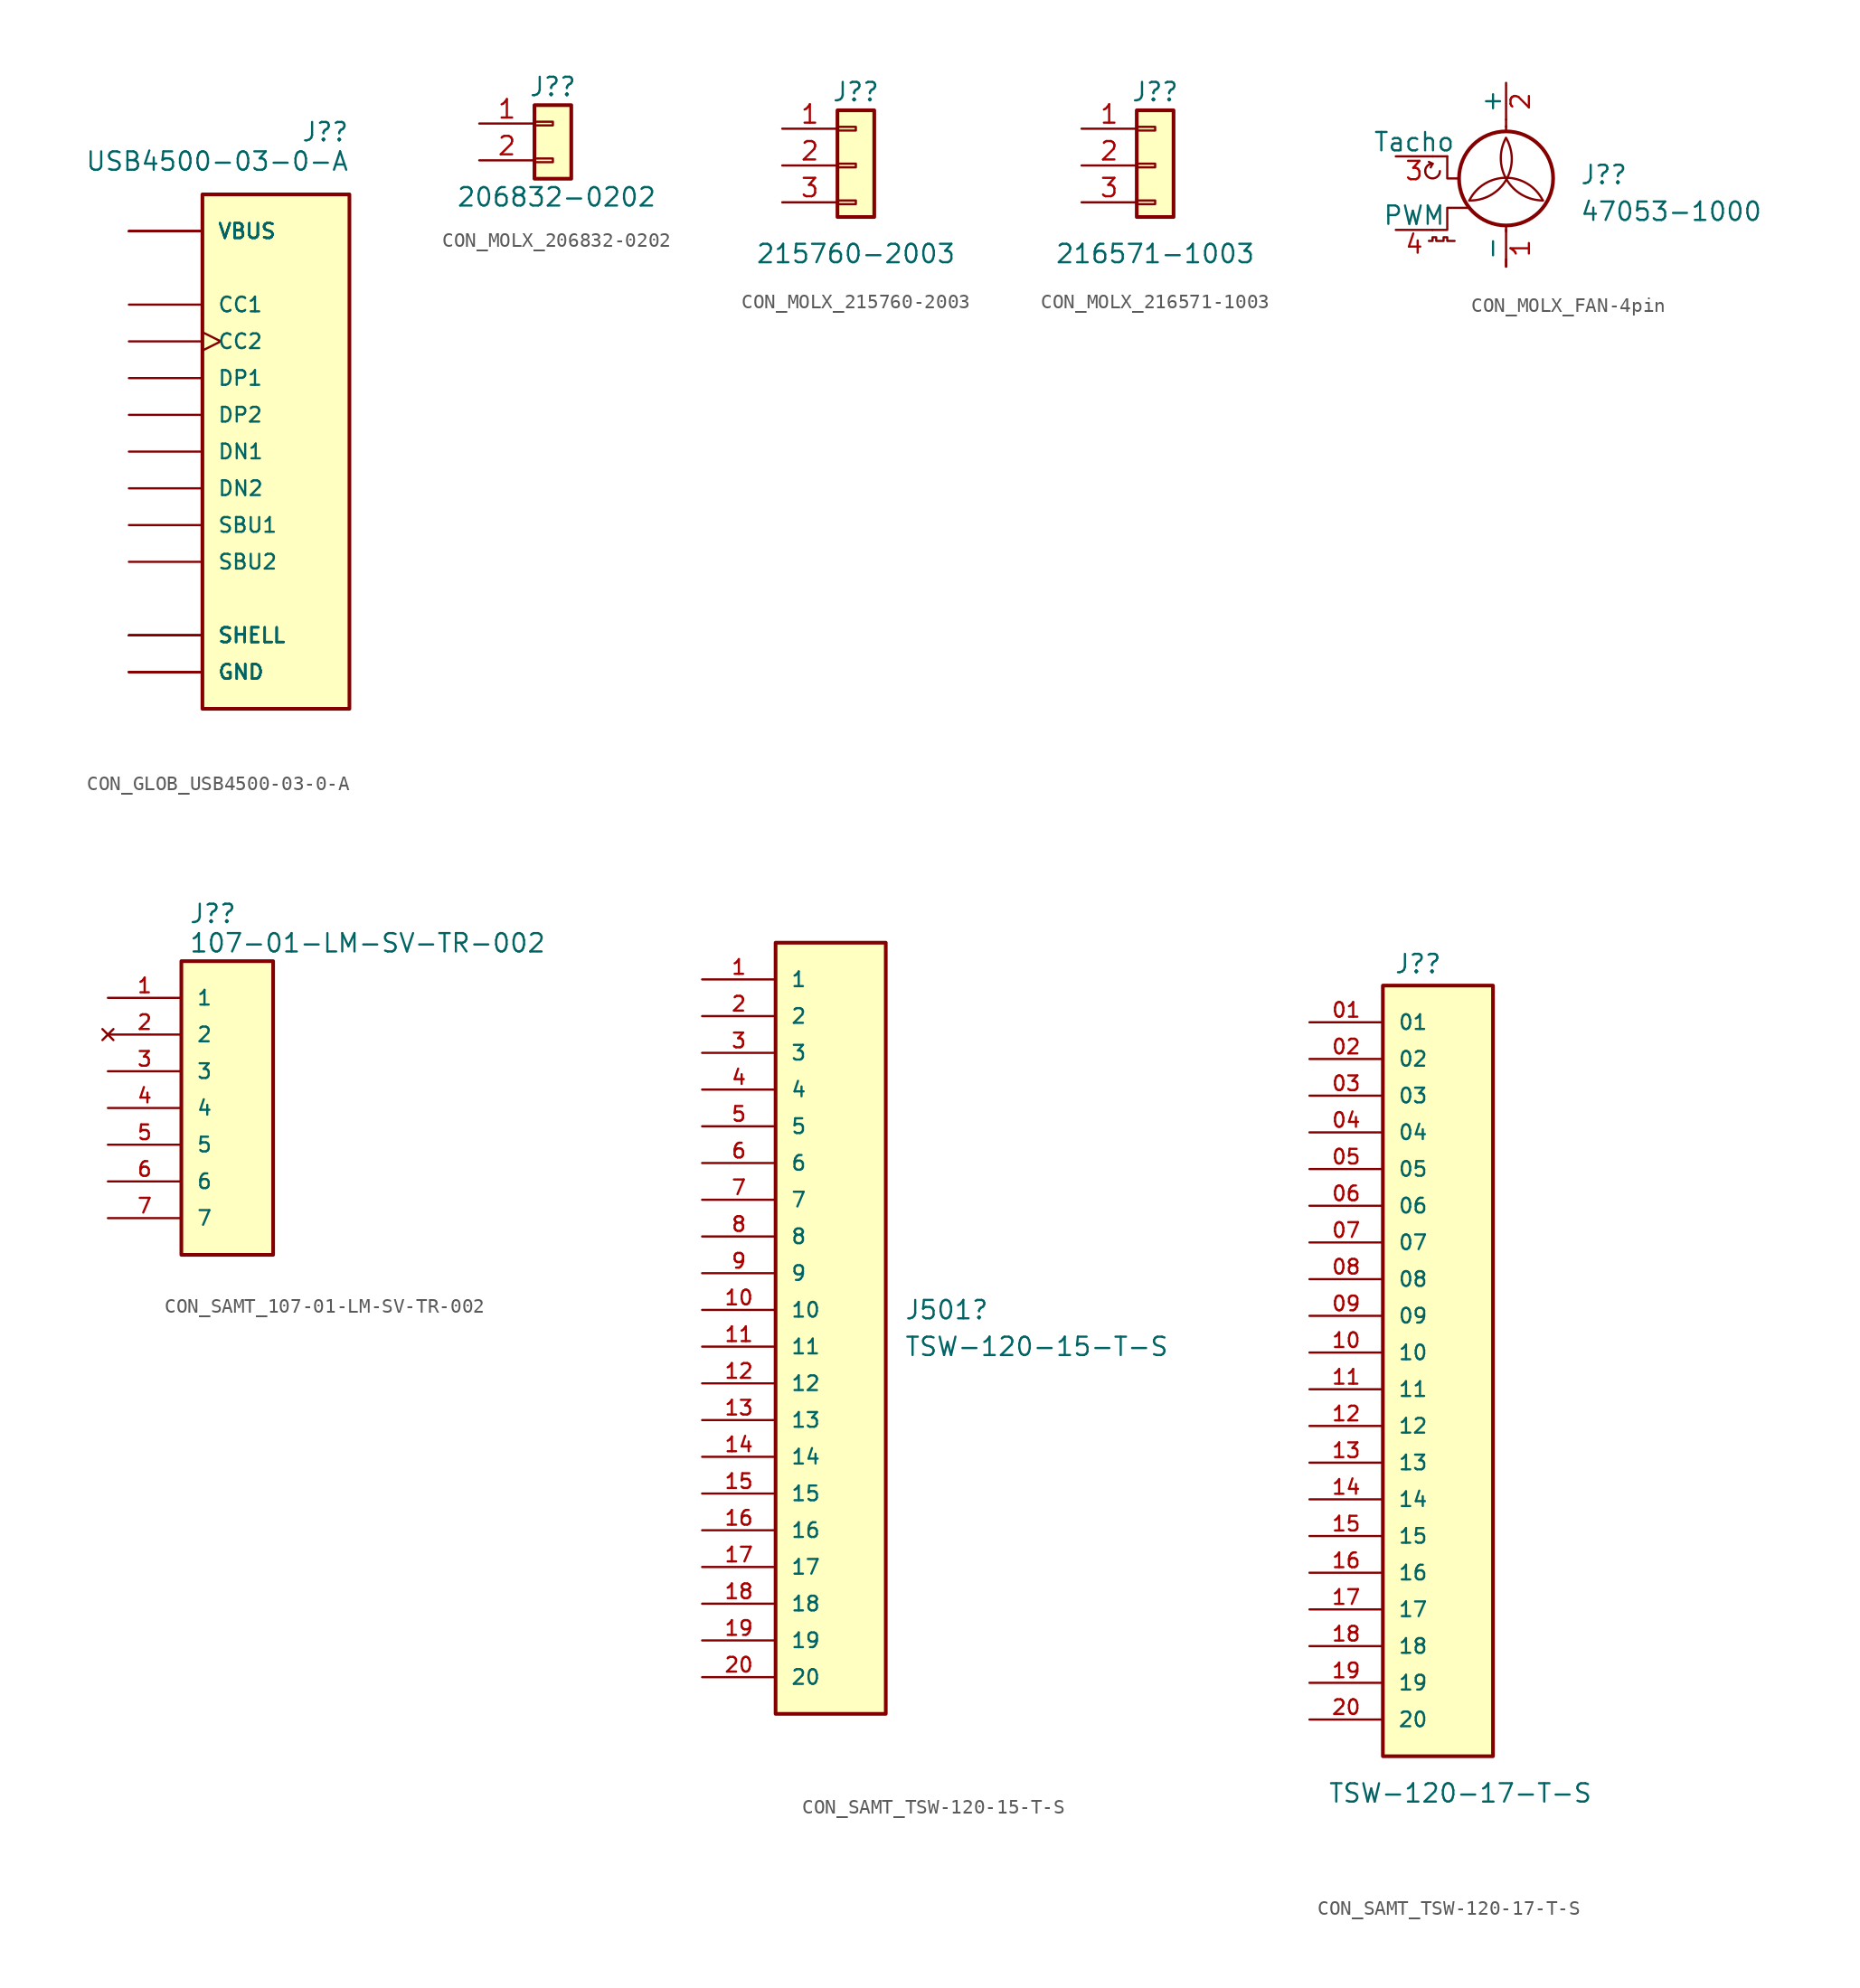
<source format=kicad_sym>
(kicad_symbol_lib
  (version 20231120)
  (generator "kicad_symbol_editor")
  (generator_version "8.0")
  (symbol "CON_GLOB_USB4500-03-0-A"
    (pin_numbers hide)
    (pin_names
      (offset 1.016))
    (property "Reference" "J?"
      (at 5.08 22.098 0)
      (effects (font (size 1.27 1.27)) (justify right)))
    (property "Value" "USB4500-03-0-A"
      (at 5.08 20.066 0)
      (effects (font (size 1.27 1.27)) (justify right)))
    (symbol "CON_GLOB_USB4500-03-0-A_0_0"
      (rectangle (start -5.08 17.78) (end 5.08 -17.78) (stroke (width 0.254) (type default)) (fill (type background)))
      (pin passive line (at -10.16 -15.24 0) (length 5.08) (name "GND" (effects (font (size 1.016 1.016)))) (number "A1" (effects (font (size 1.016 1.016)))))
      (pin passive line (at -10.16 -15.24 0) (length 5.08) (name "GND" (effects (font (size 1.016 1.016)))) (number "A12" (effects (font (size 1.016 1.016)))))
      (pin power_in line (at -10.16 15.24 0) (length 5.08) (name "VBUS" (effects (font (size 1.016 1.016)))) (number "A4" (effects (font (size 1.016 1.016)))))
      (pin bidirectional line (at -10.16 10.16 0) (length 5.08) (name "CC1" (effects (font (size 1.016 1.016)))) (number "A5" (effects (font (size 1.016 1.016)))))
      (pin bidirectional line (at -10.16 5.08 0) (length 5.08) (name "DP1" (effects (font (size 1.016 1.016)))) (number "A6" (effects (font (size 1.016 1.016)))))
      (pin bidirectional line (at -10.16 0 0) (length 5.08) (name "DN1" (effects (font (size 1.016 1.016)))) (number "A7" (effects (font (size 1.016 1.016)))))
      (pin bidirectional line (at -10.16 -5.08 0) (length 5.08) (name "SBU1" (effects (font (size 1.016 1.016)))) (number "A8" (effects (font (size 1.016 1.016)))))
      (pin power_in line (at -10.16 15.24 0) (length 5.08) (name "VBUS" (effects (font (size 1.016 1.016)))) (number "A9" (effects (font (size 1.016 1.016)))))
      (pin passive line (at -10.16 -15.24 0) (length 5.08) (name "GND" (effects (font (size 1.016 1.016)))) (number "B1" (effects (font (size 1.016 1.016)))))
      (pin passive line (at -10.16 -15.24 0) (length 5.08) (name "GND" (effects (font (size 1.016 1.016)))) (number "B12" (effects (font (size 1.016 1.016)))))
      (pin power_in line (at -10.16 15.24 0) (length 5.08) (name "VBUS" (effects (font (size 1.016 1.016)))) (number "B4" (effects (font (size 1.016 1.016)))))
      (pin bidirectional clock (at -10.16 7.62 0) (length 5.08) (name "CC2" (effects (font (size 1.016 1.016)))) (number "B5" (effects (font (size 1.016 1.016)))))
      (pin bidirectional line (at -10.16 2.54 0) (length 5.08) (name "DP2" (effects (font (size 1.016 1.016)))) (number "B6" (effects (font (size 1.016 1.016)))))
      (pin bidirectional line (at -10.16 -2.54 0) (length 5.08) (name "DN2" (effects (font (size 1.016 1.016)))) (number "B7" (effects (font (size 1.016 1.016)))))
      (pin bidirectional line (at -10.16 -7.62 0) (length 5.08) (name "SBU2" (effects (font (size 1.016 1.016)))) (number "B8" (effects (font (size 1.016 1.016)))))
      (pin power_in line (at -10.16 15.24 0) (length 5.08) (name "VBUS" (effects (font (size 1.016 1.016)))) (number "B9" (effects (font (size 1.016 1.016)))))
      (pin passive line (at -10.16 -12.7 0) (length 5.08) (name "SHELL" (effects (font (size 1.016 1.016)))) (number "S1" (effects (font (size 1.016 1.016)))))
      (pin passive line (at -10.16 -12.7 0) (length 5.08) (name "SHELL" (effects (font (size 1.016 1.016)))) (number "S1" (effects (font (size 1.016 1.016)))))
      (pin passive line (at -10.16 -12.7 0) (length 5.08) (name "SHELL" (effects (font (size 1.016 1.016)))) (number "S1" (effects (font (size 1.016 1.016)))))
      (pin passive line (at -10.16 -12.7 0) (length 5.08) (name "SHELL" (effects (font (size 1.016 1.016)))) (number "S1" (effects (font (size 1.016 1.016)))))))
  (symbol "CON_MOLX_206832-0202"
    (pin_names
      (offset 1.016) hide)
    (property "Reference" "J?"
      (at 0 3.81 0)
      (effects (font (size 1.27 1.27))))
    (property "Value" "206832-0202"
      (at 0.254 -3.81 0)
      (effects (font (size 1.27 1.27))))
    (symbol "CON_MOLX_206832-0202_1_1"
      (rectangle (start -1.27 -1.143) (end 0 -1.397) (stroke (width 0.152) (type default)) (fill (type none)))
      (rectangle (start -1.27 1.143) (end 0 1.397) (stroke (width 0.152) (type default)) (fill (type none)))
      (rectangle (start -1.27 2.54) (end 1.27 -2.54) (stroke (width 0.254) (type default)) (fill (type background)))
      (pin passive line (at -5.08 1.27 0) (length 3.81) (name "Pin_1" (effects (font (size 1.27 1.27)))) (number "1" (effects (font (size 1.27 1.27)))))
      (pin passive line (at -5.08 -1.27 0) (length 3.81) (name "Pin_2" (effects (font (size 1.27 1.27)))) (number "2" (effects (font (size 1.27 1.27)))))))
  (symbol "CON_MOLX_215760-2003"
    (pin_names
      (offset 1.016) hide)
    (property "Reference" "J?"
      (at 0 3.81 0)
      (effects (font (size 1.27 1.27))))
    (property "Value" "215760-2003"
      (at 0 -7.366 0)
      (effects (font (size 1.27 1.27))))
    (symbol "CON_MOLX_215760-2003_1_1"
      (rectangle (start -1.27 -3.683) (end 0 -3.937) (stroke (width 0.152) (type default)) (fill (type none)))
      (rectangle (start -1.27 -1.143) (end 0 -1.397) (stroke (width 0.152) (type default)) (fill (type none)))
      (rectangle (start -1.27 1.397) (end 0 1.143) (stroke (width 0.152) (type default)) (fill (type none)))
      (rectangle (start -1.27 2.54) (end 1.27 -4.826) (stroke (width 0.254) (type default)) (fill (type background)))
      (pin passive line (at -5.08 1.27 0) (length 3.81) (name "Pin_1" (effects (font (size 1.27 1.27)))) (number "1" (effects (font (size 1.27 1.27)))))
      (pin passive line (at -5.08 -1.27 0) (length 3.81) (name "Pin_2" (effects (font (size 1.27 1.27)))) (number "2" (effects (font (size 1.27 1.27)))))
      (pin passive line (at -5.08 -3.81 0) (length 3.81) (name "Pin_3" (effects (font (size 1.27 1.27)))) (number "3" (effects (font (size 1.27 1.27)))))))
  (symbol "CON_MOLX_216571-1003"
    (pin_names
      (offset 1.016) hide)
    (property "Reference" "J?"
      (at 0 3.81 0)
      (effects (font (size 1.27 1.27))))
    (property "Value" "216571-1003"
      (at 0 -7.366 0)
      (effects (font (size 1.27 1.27))))
    (symbol "CON_MOLX_216571-1003_1_1"
      (rectangle (start -1.27 -3.683) (end 0 -3.937) (stroke (width 0.152) (type default)) (fill (type none)))
      (rectangle (start -1.27 -1.143) (end 0 -1.397) (stroke (width 0.152) (type default)) (fill (type none)))
      (rectangle (start -1.27 1.397) (end 0 1.143) (stroke (width 0.152) (type default)) (fill (type none)))
      (rectangle (start -1.27 2.54) (end 1.27 -4.826) (stroke (width 0.254) (type default)) (fill (type background)))
      (pin passive line (at -5.08 1.27 0) (length 3.81) (name "Pin_1" (effects (font (size 1.27 1.27)))) (number "1" (effects (font (size 1.27 1.27)))))
      (pin passive line (at -5.08 -1.27 0) (length 3.81) (name "Pin_2" (effects (font (size 1.27 1.27)))) (number "2" (effects (font (size 1.27 1.27)))))
      (pin passive line (at -5.08 -3.81 0) (length 3.81) (name "Pin_3" (effects (font (size 1.27 1.27)))) (number "3" (effects (font (size 1.27 1.27)))))))
  (symbol "CON_MOLX_FAN-4pin"
    (pin_names
      (offset 0))
    (property "Reference" "J?"
      (at 5.08 1.27 0)
      (effects (font (size 1.27 1.27)) (justify left)))
    (property "Value" "47053-1000"
      (at 5.08 -1.27 0)
      (effects (font (size 1.27 1.27)) (justify left)))
    (symbol "CON_MOLX_FAN-4pin_0_0"
      (arc (start -5.588 1.524) (mid -5.08 1.0182) (end -4.572 1.524) (stroke (width 0) (type default)) (fill (type none)))
      (arc (start -5.08 2.032) (mid -5.4392 1.8832) (end -5.588 1.524) (stroke (width 0) (type default)) (fill (type none)))
      (polyline (pts (xy -5.08 2.032) (xy -5.334 2.159)) (stroke (width 0) (type default)) (fill (type none)))
      (polyline (pts (xy -5.08 2.032) (xy -5.207 1.778)) (stroke (width 0) (type default)) (fill (type none)))
      (polyline (pts (xy -4.064 2.54) (xy -4.064 1.016) (xy -3.302 1.016)) (stroke (width 0) (type default)) (fill (type none))))
    (symbol "CON_MOLX_FAN-4pin_0_1"
      (arc (start -2.54 -0.508) (mid 0.0028 0.9121) (end 0 3.81) (stroke (width 0) (type default)) (fill (type none)))
      (polyline (pts (xy -4.064 2.54) (xy -5.08 2.54)) (stroke (width 0) (type default)) (fill (type none)))
      (polyline (pts (xy 0 -5.08) (xy 0 -4.572)) (stroke (width 0) (type default)) (fill (type none)))
      (polyline (pts (xy 0 -2.235) (xy 0 -2.642)) (stroke (width 0) (type default)) (fill (type none)))
      (polyline (pts (xy 0 4.267) (xy 0 4.623)) (stroke (width 0) (type default)) (fill (type none)))
      (polyline (pts (xy 0 4.572) (xy 0 5.08)) (stroke (width 0) (type default)) (fill (type none)))
      (polyline (pts (xy -2.54 -1.016) (xy -4.064 -1.016) (xy -4.064 -2.54) (xy -5.08 -2.54)) (stroke (width 0) (type default)) (fill (type none)))
      (polyline (pts (xy -5.334 -3.302) (xy -5.08 -3.302) (xy -5.08 -3.048) (xy -4.826 -3.048) (xy -4.826 -3.302) (xy -4.318 -3.302) (xy -4.318 -3.048) (xy -4.064 -3.048) (xy -4.064 -3.302) (xy -3.556 -3.302)) (stroke (width 0) (type default)) (fill (type none)))
      (circle (center 0 1.016) (radius 3.251) (stroke (width 0.254) (type default)) (fill (type none)))
      (arc (start 0 3.81) (mid 0.053 0.921) (end 2.54 -0.508) (stroke (width 0) (type default)) (fill (type none)))
      (arc (start 2.54 -0.508) (mid 0 1.0618) (end -2.54 -0.508) (stroke (width 0) (type default)) (fill (type none))))
    (symbol "CON_MOLX_FAN-4pin_1_1"
      (pin passive line (at 0 -5.08 90) (length 2.54) (name "-" (effects (font (size 1.27 1.27)))) (number "1" (effects (font (size 1.27 1.27)))))
      (pin passive line (at 0 7.62 270) (length 2.54) (name "+" (effects (font (size 1.27 1.27)))) (number "2" (effects (font (size 1.27 1.27)))))
      (pin passive line (at -7.62 2.54 0) (length 2.54) (name "Tacho" (effects (font (size 1.27 1.27)))) (number "3" (effects (font (size 1.27 1.27)))))
      (pin input line (at -7.62 -2.54 0) (length 2.54) (name "PWM" (effects (font (size 1.27 1.27)))) (number "4" (effects (font (size 1.27 1.27)))))))
  (symbol "CON_SAMT_107-01-LM-SV-TR-002"
    (pin_names
      (offset 1.016))
    (property "Reference" "J?"
      (at -3.302 12.7 0)
      (effects (font (size 1.27 1.27)) (justify left bottom)))
    (property "Value" "107-01-LM-SV-TR-002"
      (at -3.302 10.668 0)
      (effects (font (size 1.27 1.27)) (justify left bottom)))
    (symbol "CON_SAMT_107-01-LM-SV-TR-002_0_0"
      (rectangle (start -3.81 -10.16) (end 2.54 10.16) (stroke (width 0.254) (type default)) (fill (type background))))
    (symbol "CON_SAMT_107-01-LM-SV-TR-002_1_0"
      (pin passive line (at -8.89 7.62 0) (length 5.08) (name "1" (effects (font (size 1.016 1.016)))) (number "1" (effects (font (size 1.016 1.016)))))
      (pin no_connect line (at -8.89 5.08 0) (length 5.08) (name "2" (effects (font (size 1.016 1.016)))) (number "2" (effects (font (size 1.016 1.016)))))
      (pin passive line (at -8.89 2.54 0) (length 5.08) (name "3" (effects (font (size 1.016 1.016)))) (number "3" (effects (font (size 1.016 1.016)))))
      (pin passive line (at -8.89 0 0) (length 5.08) (name "4" (effects (font (size 1.016 1.016)))) (number "4" (effects (font (size 1.016 1.016)))))
      (pin passive line (at -8.89 -2.54 0) (length 5.08) (name "5" (effects (font (size 1.016 1.016)))) (number "5" (effects (font (size 1.016 1.016)))))
      (pin passive line (at -8.89 -5.08 0) (length 5.08) (name "6" (effects (font (size 1.016 1.016)))) (number "6" (effects (font (size 1.016 1.016)))))
      (pin passive line (at -8.89 -7.62 0) (length 5.08) (name "7" (effects (font (size 1.016 1.016)))) (number "7" (effects (font (size 1.016 1.016)))))))
  (symbol "CON_SAMT_TSW-120-15-T-S"
    (pin_names
      (offset 1.016))
    (property "Reference" "J501"
      (at 5.08 -3.81 0)
      (effects (font (size 1.27 1.27)) (justify left)))
    (property "Value" "TSW-120-15-T-S"
      (at 5.08 -6.35 0)
      (effects (font (size 1.27 1.27)) (justify left)))
    (symbol "CON_SAMT_TSW-120-15-T-S_0_0"
      (rectangle (start -3.81 21.59) (end 3.81 -31.75) (stroke (width 0.254) (type solid)) (fill (type background)))
      (pin passive line (at -8.89 -3.81 0) (length 5.08) (name "10" (effects (font (size 1.016 1.016)))) (number "10" (effects (font (size 1.016 1.016)))))
      (pin passive line (at -8.89 -6.35 0) (length 5.08) (name "11" (effects (font (size 1.016 1.016)))) (number "11" (effects (font (size 1.016 1.016)))))
      (pin passive line (at -8.89 -8.89 0) (length 5.08) (name "12" (effects (font (size 1.016 1.016)))) (number "12" (effects (font (size 1.016 1.016)))))
      (pin passive line (at -8.89 16.51 0) (length 5.08) (name "2" (effects (font (size 1.016 1.016)))) (number "2" (effects (font (size 1.016 1.016)))))
      (pin passive line (at -8.89 13.97 0) (length 5.08) (name "3" (effects (font (size 1.016 1.016)))) (number "3" (effects (font (size 1.016 1.016)))))
      (pin passive line (at -8.89 11.43 0) (length 5.08) (name "4" (effects (font (size 1.016 1.016)))) (number "4" (effects (font (size 1.016 1.016)))))
      (pin passive line (at -8.89 8.89 0) (length 5.08) (name "5" (effects (font (size 1.016 1.016)))) (number "5" (effects (font (size 1.016 1.016)))))
      (pin passive line (at -8.89 6.35 0) (length 5.08) (name "6" (effects (font (size 1.016 1.016)))) (number "6" (effects (font (size 1.016 1.016)))))
      (pin passive line (at -8.89 3.81 0) (length 5.08) (name "7" (effects (font (size 1.016 1.016)))) (number "7" (effects (font (size 1.016 1.016)))))
      (pin passive line (at -8.89 1.27 0) (length 5.08) (name "8" (effects (font (size 1.016 1.016)))) (number "8" (effects (font (size 1.016 1.016)))))
      (pin passive line (at -8.89 -1.27 0) (length 5.08) (name "9" (effects (font (size 1.016 1.016)))) (number "9" (effects (font (size 1.016 1.016))))))
    (symbol "CON_SAMT_TSW-120-15-T-S_1_0"
      (pin passive line (at -8.89 19.05 0) (length 5.08) (name "1" (effects (font (size 1.016 1.016)))) (number "1" (effects (font (size 1.016 1.016)))))
      (pin passive line (at -8.89 -11.43 0) (length 5.08) (name "13" (effects (font (size 1.016 1.016)))) (number "13" (effects (font (size 1.016 1.016)))))
      (pin passive line (at -8.89 -13.97 0) (length 5.08) (name "14" (effects (font (size 1.016 1.016)))) (number "14" (effects (font (size 1.016 1.016)))))
      (pin passive line (at -8.89 -16.51 0) (length 5.08) (name "15" (effects (font (size 1.016 1.016)))) (number "15" (effects (font (size 1.016 1.016)))))
      (pin passive line (at -8.89 -19.05 0) (length 5.08) (name "16" (effects (font (size 1.016 1.016)))) (number "16" (effects (font (size 1.016 1.016)))))
      (pin passive line (at -8.89 -21.59 0) (length 5.08) (name "17" (effects (font (size 1.016 1.016)))) (number "17" (effects (font (size 1.016 1.016)))))
      (pin passive line (at -8.89 -24.13 0) (length 5.08) (name "18" (effects (font (size 1.016 1.016)))) (number "18" (effects (font (size 1.016 1.016)))))
      (pin passive line (at -8.89 -26.67 0) (length 5.08) (name "19" (effects (font (size 1.016 1.016)))) (number "19" (effects (font (size 1.016 1.016)))))
      (pin passive line (at -8.89 -29.21 0) (length 5.08) (name "20" (effects (font (size 1.016 1.016)))) (number "20" (effects (font (size 1.016 1.016)))))))
  (symbol "CON_SAMT_TSW-120-17-T-S"
    (pin_names
      (offset 1.016))
    (property "Reference" "J?"
      (at -3.048 22.352 0)
      (effects (font (size 1.27 1.27)) (justify left bottom)))
    (property "Value" "TSW-120-17-T-S"
      (at -7.62 -35.052 0)
      (effects (font (size 1.27 1.27)) (justify left bottom)))
    (symbol "CON_SAMT_TSW-120-17-T-S_0_0"
      (rectangle (start -3.81 21.59) (end 3.81 -31.75) (stroke (width 0.254) (type solid)) (fill (type background)))
      (pin passive line (at -8.89 19.05 0) (length 5.08) (name "01" (effects (font (size 1.016 1.016)))) (number "01" (effects (font (size 1.016 1.016)))))
      (pin passive line (at -8.89 16.51 0) (length 5.08) (name "02" (effects (font (size 1.016 1.016)))) (number "02" (effects (font (size 1.016 1.016)))))
      (pin passive line (at -8.89 13.97 0) (length 5.08) (name "03" (effects (font (size 1.016 1.016)))) (number "03" (effects (font (size 1.016 1.016)))))
      (pin passive line (at -8.89 11.43 0) (length 5.08) (name "04" (effects (font (size 1.016 1.016)))) (number "04" (effects (font (size 1.016 1.016)))))
      (pin passive line (at -8.89 8.89 0) (length 5.08) (name "05" (effects (font (size 1.016 1.016)))) (number "05" (effects (font (size 1.016 1.016)))))
      (pin passive line (at -8.89 6.35 0) (length 5.08) (name "06" (effects (font (size 1.016 1.016)))) (number "06" (effects (font (size 1.016 1.016)))))
      (pin passive line (at -8.89 3.81 0) (length 5.08) (name "07" (effects (font (size 1.016 1.016)))) (number "07" (effects (font (size 1.016 1.016)))))
      (pin passive line (at -8.89 1.27 0) (length 5.08) (name "08" (effects (font (size 1.016 1.016)))) (number "08" (effects (font (size 1.016 1.016)))))
      (pin passive line (at -8.89 -1.27 0) (length 5.08) (name "09" (effects (font (size 1.016 1.016)))) (number "09" (effects (font (size 1.016 1.016)))))
      (pin passive line (at -8.89 -3.81 0) (length 5.08) (name "10" (effects (font (size 1.016 1.016)))) (number "10" (effects (font (size 1.016 1.016)))))
      (pin passive line (at -8.89 -6.35 0) (length 5.08) (name "11" (effects (font (size 1.016 1.016)))) (number "11" (effects (font (size 1.016 1.016)))))
      (pin passive line (at -8.89 -8.89 0) (length 5.08) (name "12" (effects (font (size 1.016 1.016)))) (number "12" (effects (font (size 1.016 1.016))))))
    (symbol "CON_SAMT_TSW-120-17-T-S_1_0"
      (pin passive line (at -8.89 -11.43 0) (length 5.08) (name "13" (effects (font (size 1.016 1.016)))) (number "13" (effects (font (size 1.016 1.016)))))
      (pin passive line (at -8.89 -13.97 0) (length 5.08) (name "14" (effects (font (size 1.016 1.016)))) (number "14" (effects (font (size 1.016 1.016)))))
      (pin passive line (at -8.89 -16.51 0) (length 5.08) (name "15" (effects (font (size 1.016 1.016)))) (number "15" (effects (font (size 1.016 1.016)))))
      (pin passive line (at -8.89 -19.05 0) (length 5.08) (name "16" (effects (font (size 1.016 1.016)))) (number "16" (effects (font (size 1.016 1.016)))))
      (pin passive line (at -8.89 -21.59 0) (length 5.08) (name "17" (effects (font (size 1.016 1.016)))) (number "17" (effects (font (size 1.016 1.016)))))
      (pin passive line (at -8.89 -24.13 0) (length 5.08) (name "18" (effects (font (size 1.016 1.016)))) (number "18" (effects (font (size 1.016 1.016)))))
      (pin passive line (at -8.89 -26.67 0) (length 5.08) (name "19" (effects (font (size 1.016 1.016)))) (number "19" (effects (font (size 1.016 1.016)))))
      (pin passive line (at -8.89 -29.21 0) (length 5.08) (name "20" (effects (font (size 1.016 1.016)))) (number "20" (effects (font (size 1.016 1.016))))))))
</source>
